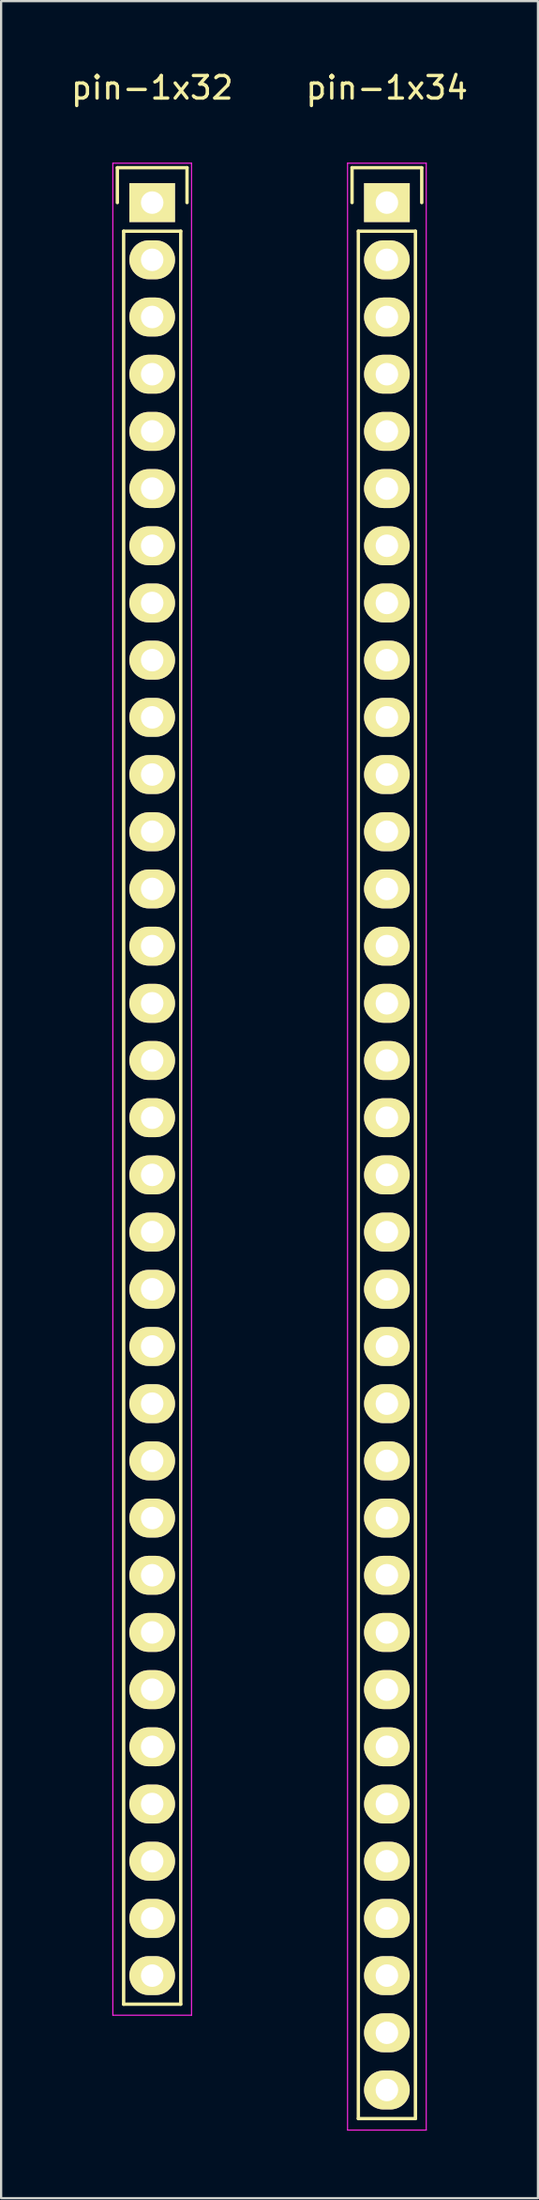
<source format=kicad_pcb>
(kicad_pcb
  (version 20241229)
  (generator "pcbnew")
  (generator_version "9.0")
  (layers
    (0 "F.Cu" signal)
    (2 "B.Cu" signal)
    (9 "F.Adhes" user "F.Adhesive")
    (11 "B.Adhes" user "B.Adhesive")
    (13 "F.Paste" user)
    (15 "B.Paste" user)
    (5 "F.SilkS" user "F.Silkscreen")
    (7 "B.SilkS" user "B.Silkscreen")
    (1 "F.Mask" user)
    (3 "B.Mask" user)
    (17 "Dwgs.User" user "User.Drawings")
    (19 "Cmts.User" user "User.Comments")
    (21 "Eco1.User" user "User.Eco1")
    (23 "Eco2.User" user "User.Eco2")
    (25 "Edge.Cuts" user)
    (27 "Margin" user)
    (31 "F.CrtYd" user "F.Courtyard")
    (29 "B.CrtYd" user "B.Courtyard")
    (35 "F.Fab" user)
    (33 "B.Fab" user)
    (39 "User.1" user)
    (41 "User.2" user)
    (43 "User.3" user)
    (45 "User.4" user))
  (footprint "pin-1x34"
    (layer "F.Cu")
    (at 14.161 5.948)
    (property "Reference" "pin-1x34" (at 0 -5.1 0) (layer "F.SilkS") (effects (font (size 1 1) (thickness 0.15))))
    (attr through_hole)
    (fp_line (start -1.55 -1.55) (end 1.55 -1.55) (stroke (width 0.15) (type solid)) (layer "F.SilkS"))
    (fp_line (start -1.55 0) (end -1.55 -1.55) (stroke (width 0.15) (type solid)) (layer "F.SilkS"))
    (fp_line (start -1.27 1.27) (end -1.27 85.09) (stroke (width 0.15) (type solid)) (layer "F.SilkS"))
    (fp_line (start -1.27 85.09) (end 1.27 85.09) (stroke (width 0.15) (type solid)) (layer "F.SilkS"))
    (fp_line (start 1.27 1.27) (end -1.27 1.27) (stroke (width 0.15) (type solid)) (layer "F.SilkS"))
    (fp_line (start 1.27 85.09) (end 1.27 1.27) (stroke (width 0.15) (type solid)) (layer "F.SilkS"))
    (fp_line (start 1.55 -1.55) (end 1.55 0) (stroke (width 0.15) (type solid)) (layer "F.SilkS"))
    (fp_line (start -1.75 -1.75) (end -1.75 85.6) (stroke (width 0.05) (type solid)) (layer "F.CrtYd"))
    (fp_line (start -1.75 -1.75) (end 1.75 -1.75) (stroke (width 0.05) (type solid)) (layer "F.CrtYd"))
    (fp_line (start -1.75 85.6) (end 1.75 85.6) (stroke (width 0.05) (type solid)) (layer "F.CrtYd"))
    (fp_line (start 1.75 -1.75) (end 1.75 85.6) (stroke (width 0.05) (type solid)) (layer "F.CrtYd"))
    (pad "1" thru_hole rect (at 0 0) (size 2.032 1.727) (drill 1) (layers "*.Cu" "*.Mask" "F.SilkS"))
    (pad "2" thru_hole oval (at 0 2.54) (size 2.032 1.727) (drill 1) (layers "*.Cu" "*.Mask" "F.SilkS"))
    (pad "3" thru_hole oval (at 0 5.08) (size 2.032 1.727) (drill 1) (layers "*.Cu" "*.Mask" "F.SilkS"))
    (pad "4" thru_hole oval (at 0 7.62) (size 2.032 1.727) (drill 1) (layers "*.Cu" "*.Mask" "F.SilkS"))
    (pad "5" thru_hole oval (at 0 10.16) (size 2.032 1.727) (drill 1) (layers "*.Cu" "*.Mask" "F.SilkS"))
    (pad "6" thru_hole oval (at 0 12.7) (size 2.032 1.727) (drill 1) (layers "*.Cu" "*.Mask" "F.SilkS"))
    (pad "7" thru_hole oval (at 0 15.24) (size 2.032 1.727) (drill 1) (layers "*.Cu" "*.Mask" "F.SilkS"))
    (pad "8" thru_hole oval (at 0 17.78) (size 2.032 1.727) (drill 1) (layers "*.Cu" "*.Mask" "F.SilkS"))
    (pad "9" thru_hole oval (at 0 20.32) (size 2.032 1.727) (drill 1) (layers "*.Cu" "*.Mask" "F.SilkS"))
    (pad "10" thru_hole oval (at 0 22.86) (size 2.032 1.727) (drill 1) (layers "*.Cu" "*.Mask" "F.SilkS"))
    (pad "11" thru_hole oval (at 0 25.4) (size 2.032 1.727) (drill 1) (layers "*.Cu" "*.Mask" "F.SilkS"))
    (pad "12" thru_hole oval (at 0 27.94) (size 2.032 1.727) (drill 1) (layers "*.Cu" "*.Mask" "F.SilkS"))
    (pad "13" thru_hole oval (at 0 30.48) (size 2.032 1.727) (drill 1) (layers "*.Cu" "*.Mask" "F.SilkS"))
    (pad "14" thru_hole oval (at 0 33.02) (size 2.032 1.727) (drill 1) (layers "*.Cu" "*.Mask" "F.SilkS"))
    (pad "15" thru_hole oval (at 0 35.56) (size 2.032 1.727) (drill 1) (layers "*.Cu" "*.Mask" "F.SilkS"))
    (pad "16" thru_hole oval (at 0 38.1) (size 2.032 1.727) (drill 1) (layers "*.Cu" "*.Mask" "F.SilkS"))
    (pad "17" thru_hole oval (at 0 40.64) (size 2.032 1.727) (drill 1) (layers "*.Cu" "*.Mask" "F.SilkS"))
    (pad "18" thru_hole oval (at 0 43.18) (size 2.032 1.727) (drill 1) (layers "*.Cu" "*.Mask" "F.SilkS"))
    (pad "19" thru_hole oval (at 0 45.72) (size 2.032 1.727) (drill 1) (layers "*.Cu" "*.Mask" "F.SilkS"))
    (pad "20" thru_hole oval (at 0 48.26) (size 2.032 1.727) (drill 1) (layers "*.Cu" "*.Mask" "F.SilkS"))
    (pad "21" thru_hole oval (at 0 50.8) (size 2.032 1.727) (drill 1) (layers "*.Cu" "*.Mask" "F.SilkS"))
    (pad "22" thru_hole oval (at 0 53.34) (size 2.032 1.727) (drill 1) (layers "*.Cu" "*.Mask" "F.SilkS"))
    (pad "23" thru_hole oval (at 0 55.88) (size 2.032 1.727) (drill 1) (layers "*.Cu" "*.Mask" "F.SilkS"))
    (pad "24" thru_hole oval (at 0 58.42) (size 2.032 1.727) (drill 1) (layers "*.Cu" "*.Mask" "F.SilkS"))
    (pad "25" thru_hole oval (at 0 60.96) (size 2.032 1.727) (drill 1) (layers "*.Cu" "*.Mask" "F.SilkS"))
    (pad "26" thru_hole oval (at 0 63.5) (size 2.032 1.727) (drill 1) (layers "*.Cu" "*.Mask" "F.SilkS"))
    (pad "27" thru_hole oval (at 0 66.04) (size 2.032 1.727) (drill 1) (layers "*.Cu" "*.Mask" "F.SilkS"))
    (pad "28" thru_hole oval (at 0 68.58) (size 2.032 1.727) (drill 1) (layers "*.Cu" "*.Mask" "F.SilkS"))
    (pad "29" thru_hole oval (at 0 71.12) (size 2.032 1.727) (drill 1) (layers "*.Cu" "*.Mask" "F.SilkS"))
    (pad "30" thru_hole oval (at 0 73.66) (size 2.032 1.727) (drill 1) (layers "*.Cu" "*.Mask" "F.SilkS"))
    (pad "31" thru_hole oval (at 0 76.2) (size 2.032 1.727) (drill 1) (layers "*.Cu" "*.Mask" "F.SilkS"))
    (pad "32" thru_hole oval (at 0 78.74) (size 2.032 1.727) (drill 1) (layers "*.Cu" "*.Mask" "F.SilkS"))
    (pad "33" thru_hole oval (at 0 81.28) (size 2.032 1.727) (drill 1) (layers "*.Cu" "*.Mask" "F.SilkS"))
    (pad "34" thru_hole oval (at 0 83.82) (size 2.032 1.727) (drill 1) (layers "*.Cu" "*.Mask" "F.SilkS")))
  (footprint "pin-1x32"
    (layer "F.Cu")
    (at 3.72 5.948)
    (property "Reference" "pin-1x32" (at 0 -5.1 0) (layer "F.SilkS") (effects (font (size 1 1) (thickness 0.15))))
    (attr through_hole)
    (fp_line (start -1.55 -1.55) (end 1.55 -1.55) (stroke (width 0.15) (type solid)) (layer "F.SilkS"))
    (fp_line (start -1.55 0) (end -1.55 -1.55) (stroke (width 0.15) (type solid)) (layer "F.SilkS"))
    (fp_line (start -1.27 1.27) (end -1.27 80.01) (stroke (width 0.15) (type solid)) (layer "F.SilkS"))
    (fp_line (start -1.27 80.01) (end 1.27 80.01) (stroke (width 0.15) (type solid)) (layer "F.SilkS"))
    (fp_line (start 1.27 1.27) (end -1.27 1.27) (stroke (width 0.15) (type solid)) (layer "F.SilkS"))
    (fp_line (start 1.27 80.01) (end 1.27 1.27) (stroke (width 0.15) (type solid)) (layer "F.SilkS"))
    (fp_line (start 1.55 -1.55) (end 1.55 0) (stroke (width 0.15) (type solid)) (layer "F.SilkS"))
    (fp_line (start -1.75 -1.75) (end -1.75 80.5) (stroke (width 0.05) (type solid)) (layer "F.CrtYd"))
    (fp_line (start -1.75 -1.75) (end 1.75 -1.75) (stroke (width 0.05) (type solid)) (layer "F.CrtYd"))
    (fp_line (start -1.75 80.5) (end 1.75 80.5) (stroke (width 0.05) (type solid)) (layer "F.CrtYd"))
    (fp_line (start 1.75 -1.75) (end 1.75 80.5) (stroke (width 0.05) (type solid)) (layer "F.CrtYd"))
    (pad "1" thru_hole rect (at 0 0) (size 2.032 1.727) (drill 1) (layers "*.Cu" "*.Mask" "F.SilkS"))
    (pad "2" thru_hole oval (at 0 2.54) (size 2.032 1.727) (drill 1) (layers "*.Cu" "*.Mask" "F.SilkS"))
    (pad "3" thru_hole oval (at 0 5.08) (size 2.032 1.727) (drill 1) (layers "*.Cu" "*.Mask" "F.SilkS"))
    (pad "4" thru_hole oval (at 0 7.62) (size 2.032 1.727) (drill 1) (layers "*.Cu" "*.Mask" "F.SilkS"))
    (pad "5" thru_hole oval (at 0 10.16) (size 2.032 1.727) (drill 1) (layers "*.Cu" "*.Mask" "F.SilkS"))
    (pad "6" thru_hole oval (at 0 12.7) (size 2.032 1.727) (drill 1) (layers "*.Cu" "*.Mask" "F.SilkS"))
    (pad "7" thru_hole oval (at 0 15.24) (size 2.032 1.727) (drill 1) (layers "*.Cu" "*.Mask" "F.SilkS"))
    (pad "8" thru_hole oval (at 0 17.78) (size 2.032 1.727) (drill 1) (layers "*.Cu" "*.Mask" "F.SilkS"))
    (pad "9" thru_hole oval (at 0 20.32) (size 2.032 1.727) (drill 1) (layers "*.Cu" "*.Mask" "F.SilkS"))
    (pad "10" thru_hole oval (at 0 22.86) (size 2.032 1.727) (drill 1) (layers "*.Cu" "*.Mask" "F.SilkS"))
    (pad "11" thru_hole oval (at 0 25.4) (size 2.032 1.727) (drill 1) (layers "*.Cu" "*.Mask" "F.SilkS"))
    (pad "12" thru_hole oval (at 0 27.94) (size 2.032 1.727) (drill 1) (layers "*.Cu" "*.Mask" "F.SilkS"))
    (pad "13" thru_hole oval (at 0 30.48) (size 2.032 1.727) (drill 1) (layers "*.Cu" "*.Mask" "F.SilkS"))
    (pad "14" thru_hole oval (at 0 33.02) (size 2.032 1.727) (drill 1) (layers "*.Cu" "*.Mask" "F.SilkS"))
    (pad "15" thru_hole oval (at 0 35.56) (size 2.032 1.727) (drill 1) (layers "*.Cu" "*.Mask" "F.SilkS"))
    (pad "16" thru_hole oval (at 0 38.1) (size 2.032 1.727) (drill 1) (layers "*.Cu" "*.Mask" "F.SilkS"))
    (pad "17" thru_hole oval (at 0 40.64) (size 2.032 1.727) (drill 1) (layers "*.Cu" "*.Mask" "F.SilkS"))
    (pad "18" thru_hole oval (at 0 43.18) (size 2.032 1.727) (drill 1) (layers "*.Cu" "*.Mask" "F.SilkS"))
    (pad "19" thru_hole oval (at 0 45.72) (size 2.032 1.727) (drill 1) (layers "*.Cu" "*.Mask" "F.SilkS"))
    (pad "20" thru_hole oval (at 0 48.26) (size 2.032 1.727) (drill 1) (layers "*.Cu" "*.Mask" "F.SilkS"))
    (pad "21" thru_hole oval (at 0 50.8) (size 2.032 1.727) (drill 1) (layers "*.Cu" "*.Mask" "F.SilkS"))
    (pad "22" thru_hole oval (at 0 53.34) (size 2.032 1.727) (drill 1) (layers "*.Cu" "*.Mask" "F.SilkS"))
    (pad "23" thru_hole oval (at 0 55.88) (size 2.032 1.727) (drill 1) (layers "*.Cu" "*.Mask" "F.SilkS"))
    (pad "24" thru_hole oval (at 0 58.42) (size 2.032 1.727) (drill 1) (layers "*.Cu" "*.Mask" "F.SilkS"))
    (pad "25" thru_hole oval (at 0 60.96) (size 2.032 1.727) (drill 1) (layers "*.Cu" "*.Mask" "F.SilkS"))
    (pad "26" thru_hole oval (at 0 63.5) (size 2.032 1.727) (drill 1) (layers "*.Cu" "*.Mask" "F.SilkS"))
    (pad "27" thru_hole oval (at 0 66.04) (size 2.032 1.727) (drill 1) (layers "*.Cu" "*.Mask" "F.SilkS"))
    (pad "28" thru_hole oval (at 0 68.58) (size 2.032 1.727) (drill 1) (layers "*.Cu" "*.Mask" "F.SilkS"))
    (pad "29" thru_hole oval (at 0 71.12) (size 2.032 1.727) (drill 1) (layers "*.Cu" "*.Mask" "F.SilkS"))
    (pad "30" thru_hole oval (at 0 73.66) (size 2.032 1.727) (drill 1) (layers "*.Cu" "*.Mask" "F.SilkS"))
    (pad "31" thru_hole oval (at 0 76.2) (size 2.032 1.727) (drill 1) (layers "*.Cu" "*.Mask" "F.SilkS"))
    (pad "32" thru_hole oval (at 0 78.74) (size 2.032 1.727) (drill 1) (layers "*.Cu" "*.Mask" "F.SilkS")))
  (gr_rect
    (start -3 -3)
    (end 20.881 94.573)
    (stroke (width 0.1) (type default))
    (fill no)
    (layer "Edge.Cuts")))
</source>
